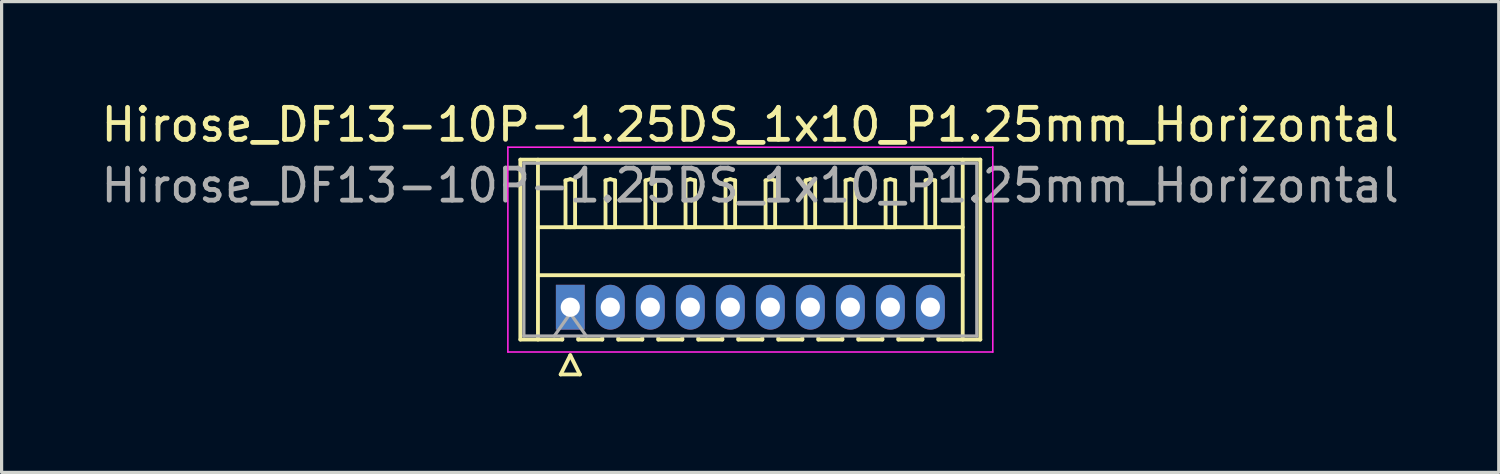
<source format=kicad_pcb>
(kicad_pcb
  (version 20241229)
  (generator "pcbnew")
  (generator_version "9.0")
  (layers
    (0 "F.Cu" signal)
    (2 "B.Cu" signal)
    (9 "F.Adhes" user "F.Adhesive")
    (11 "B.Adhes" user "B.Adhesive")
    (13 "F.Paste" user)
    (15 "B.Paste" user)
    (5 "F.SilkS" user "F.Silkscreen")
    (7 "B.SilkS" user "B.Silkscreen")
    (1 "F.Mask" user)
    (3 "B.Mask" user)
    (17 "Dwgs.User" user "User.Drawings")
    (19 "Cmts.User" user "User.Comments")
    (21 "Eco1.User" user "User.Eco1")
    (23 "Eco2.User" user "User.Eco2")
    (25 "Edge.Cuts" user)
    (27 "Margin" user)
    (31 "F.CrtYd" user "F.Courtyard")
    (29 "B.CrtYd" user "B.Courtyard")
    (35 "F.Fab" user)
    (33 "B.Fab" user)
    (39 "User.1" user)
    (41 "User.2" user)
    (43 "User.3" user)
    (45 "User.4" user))
  (footprint "Hirose_DF13-10P-1.25DS_1x10_P1.25mm_Horizontal"
    (layer "F.Cu")
    (at 14.767 6.548)
    (property "Reference" "Hirose_DF13-10P-1.25DS_1x10_P1.25mm_Horizontal" (at 5.62 -5.7 0) (layer "F.SilkS") (effects (font (size 1 1) (thickness 0.15))))
    (attr through_hole)
    (fp_line (start -1.56 -4.61) (end 12.81 -4.61) (stroke (width 0.12) (type solid)) (layer "F.SilkS"))
    (fp_line (start -1.56 1.01) (end -1.56 -4.61) (stroke (width 0.12) (type solid)) (layer "F.SilkS"))
    (fp_line (start -1.01 -4.61) (end -1.01 1.01) (stroke (width 0.12) (type solid)) (layer "F.SilkS"))
    (fp_line (start -1.01 -2.5) (end 12.26 -2.5) (stroke (width 0.12) (type solid)) (layer "F.SilkS"))
    (fp_line (start -1.01 -1) (end 12.26 -1) (stroke (width 0.12) (type solid)) (layer "F.SilkS"))
    (fp_line (start -0.3 2.1) (end 0.3 2.1) (stroke (width 0.12) (type solid)) (layer "F.SilkS"))
    (fp_line (start -0.25 0.96) (end -0.25 1.01) (stroke (width 0.12) (type solid)) (layer "F.SilkS"))
    (fp_line (start -0.25 1.01) (end -1.56 1.01) (stroke (width 0.12) (type solid)) (layer "F.SilkS"))
    (fp_line (start -0.15 -3.962) (end 0 -4) (stroke (width 0.12) (type solid)) (layer "F.SilkS"))
    (fp_line (start -0.15 -2.5) (end -0.15 -3.962) (stroke (width 0.12) (type solid)) (layer "F.SilkS"))
    (fp_line (start 0 -4) (end 0.15 -3.962) (stroke (width 0.12) (type solid)) (layer "F.SilkS"))
    (fp_line (start 0 -2.5) (end -0.15 -2.5) (stroke (width 0.12) (type solid)) (layer "F.SilkS"))
    (fp_line (start 0 1.5) (end -0.3 2.1) (stroke (width 0.12) (type solid)) (layer "F.SilkS"))
    (fp_line (start 0.15 -3.962) (end 0.15 -2.5) (stroke (width 0.12) (type solid)) (layer "F.SilkS"))
    (fp_line (start 0.15 -2.5) (end 0 -2.5) (stroke (width 0.12) (type solid)) (layer "F.SilkS"))
    (fp_line (start 0.25 0.96) (end 0.25 1.01) (stroke (width 0.12) (type solid)) (layer "F.SilkS"))
    (fp_line (start 0.25 1.01) (end 1 1.01) (stroke (width 0.12) (type solid)) (layer "F.SilkS"))
    (fp_line (start 0.3 2.1) (end 0 1.5) (stroke (width 0.12) (type solid)) (layer "F.SilkS"))
    (fp_line (start 1 1.01) (end 1 0.96) (stroke (width 0.12) (type solid)) (layer "F.SilkS"))
    (fp_line (start 1.1 -3.962) (end 1.25 -4) (stroke (width 0.12) (type solid)) (layer "F.SilkS"))
    (fp_line (start 1.1 -2.5) (end 1.1 -3.962) (stroke (width 0.12) (type solid)) (layer "F.SilkS"))
    (fp_line (start 1.25 -4) (end 1.4 -3.962) (stroke (width 0.12) (type solid)) (layer "F.SilkS"))
    (fp_line (start 1.25 -2.5) (end 1.1 -2.5) (stroke (width 0.12) (type solid)) (layer "F.SilkS"))
    (fp_line (start 1.4 -3.962) (end 1.4 -2.5) (stroke (width 0.12) (type solid)) (layer "F.SilkS"))
    (fp_line (start 1.4 -2.5) (end 1.25 -2.5) (stroke (width 0.12) (type solid)) (layer "F.SilkS"))
    (fp_line (start 1.5 0.96) (end 1.5 1.01) (stroke (width 0.12) (type solid)) (layer "F.SilkS"))
    (fp_line (start 1.5 1.01) (end 2.25 1.01) (stroke (width 0.12) (type solid)) (layer "F.SilkS"))
    (fp_line (start 2.25 1.01) (end 2.25 0.96) (stroke (width 0.12) (type solid)) (layer "F.SilkS"))
    (fp_line (start 2.35 -3.962) (end 2.5 -4) (stroke (width 0.12) (type solid)) (layer "F.SilkS"))
    (fp_line (start 2.35 -2.5) (end 2.35 -3.962) (stroke (width 0.12) (type solid)) (layer "F.SilkS"))
    (fp_line (start 2.5 -4) (end 2.65 -3.962) (stroke (width 0.12) (type solid)) (layer "F.SilkS"))
    (fp_line (start 2.5 -2.5) (end 2.35 -2.5) (stroke (width 0.12) (type solid)) (layer "F.SilkS"))
    (fp_line (start 2.65 -3.962) (end 2.65 -2.5) (stroke (width 0.12) (type solid)) (layer "F.SilkS"))
    (fp_line (start 2.65 -2.5) (end 2.5 -2.5) (stroke (width 0.12) (type solid)) (layer "F.SilkS"))
    (fp_line (start 2.75 0.96) (end 2.75 1.01) (stroke (width 0.12) (type solid)) (layer "F.SilkS"))
    (fp_line (start 2.75 1.01) (end 3.5 1.01) (stroke (width 0.12) (type solid)) (layer "F.SilkS"))
    (fp_line (start 3.5 1.01) (end 3.5 0.96) (stroke (width 0.12) (type solid)) (layer "F.SilkS"))
    (fp_line (start 3.6 -3.962) (end 3.75 -4) (stroke (width 0.12) (type solid)) (layer "F.SilkS"))
    (fp_line (start 3.6 -2.5) (end 3.6 -3.962) (stroke (width 0.12) (type solid)) (layer "F.SilkS"))
    (fp_line (start 3.75 -4) (end 3.9 -3.962) (stroke (width 0.12) (type solid)) (layer "F.SilkS"))
    (fp_line (start 3.75 -2.5) (end 3.6 -2.5) (stroke (width 0.12) (type solid)) (layer "F.SilkS"))
    (fp_line (start 3.9 -3.962) (end 3.9 -2.5) (stroke (width 0.12) (type solid)) (layer "F.SilkS"))
    (fp_line (start 3.9 -2.5) (end 3.75 -2.5) (stroke (width 0.12) (type solid)) (layer "F.SilkS"))
    (fp_line (start 4 0.96) (end 4 1.01) (stroke (width 0.12) (type solid)) (layer "F.SilkS"))
    (fp_line (start 4 1.01) (end 4.75 1.01) (stroke (width 0.12) (type solid)) (layer "F.SilkS"))
    (fp_line (start 4.75 1.01) (end 4.75 0.96) (stroke (width 0.12) (type solid)) (layer "F.SilkS"))
    (fp_line (start 4.85 -3.962) (end 5 -4) (stroke (width 0.12) (type solid)) (layer "F.SilkS"))
    (fp_line (start 4.85 -2.5) (end 4.85 -3.962) (stroke (width 0.12) (type solid)) (layer "F.SilkS"))
    (fp_line (start 5 -4) (end 5.15 -3.962) (stroke (width 0.12) (type solid)) (layer "F.SilkS"))
    (fp_line (start 5 -2.5) (end 4.85 -2.5) (stroke (width 0.12) (type solid)) (layer "F.SilkS"))
    (fp_line (start 5.15 -3.962) (end 5.15 -2.5) (stroke (width 0.12) (type solid)) (layer "F.SilkS"))
    (fp_line (start 5.15 -2.5) (end 5 -2.5) (stroke (width 0.12) (type solid)) (layer "F.SilkS"))
    (fp_line (start 5.25 0.96) (end 5.25 1.01) (stroke (width 0.12) (type solid)) (layer "F.SilkS"))
    (fp_line (start 5.25 1.01) (end 6 1.01) (stroke (width 0.12) (type solid)) (layer "F.SilkS"))
    (fp_line (start 6 1.01) (end 6 0.96) (stroke (width 0.12) (type solid)) (layer "F.SilkS"))
    (fp_line (start 6.1 -3.962) (end 6.25 -4) (stroke (width 0.12) (type solid)) (layer "F.SilkS"))
    (fp_line (start 6.1 -2.5) (end 6.1 -3.962) (stroke (width 0.12) (type solid)) (layer "F.SilkS"))
    (fp_line (start 6.25 -4) (end 6.4 -3.962) (stroke (width 0.12) (type solid)) (layer "F.SilkS"))
    (fp_line (start 6.25 -2.5) (end 6.1 -2.5) (stroke (width 0.12) (type solid)) (layer "F.SilkS"))
    (fp_line (start 6.4 -3.962) (end 6.4 -2.5) (stroke (width 0.12) (type solid)) (layer "F.SilkS"))
    (fp_line (start 6.4 -2.5) (end 6.25 -2.5) (stroke (width 0.12) (type solid)) (layer "F.SilkS"))
    (fp_line (start 6.5 0.96) (end 6.5 1.01) (stroke (width 0.12) (type solid)) (layer "F.SilkS"))
    (fp_line (start 6.5 1.01) (end 7.25 1.01) (stroke (width 0.12) (type solid)) (layer "F.SilkS"))
    (fp_line (start 7.25 1.01) (end 7.25 0.96) (stroke (width 0.12) (type solid)) (layer "F.SilkS"))
    (fp_line (start 7.35 -3.962) (end 7.5 -4) (stroke (width 0.12) (type solid)) (layer "F.SilkS"))
    (fp_line (start 7.35 -2.5) (end 7.35 -3.962) (stroke (width 0.12) (type solid)) (layer "F.SilkS"))
    (fp_line (start 7.5 -4) (end 7.65 -3.962) (stroke (width 0.12) (type solid)) (layer "F.SilkS"))
    (fp_line (start 7.5 -2.5) (end 7.35 -2.5) (stroke (width 0.12) (type solid)) (layer "F.SilkS"))
    (fp_line (start 7.65 -3.962) (end 7.65 -2.5) (stroke (width 0.12) (type solid)) (layer "F.SilkS"))
    (fp_line (start 7.65 -2.5) (end 7.5 -2.5) (stroke (width 0.12) (type solid)) (layer "F.SilkS"))
    (fp_line (start 7.75 0.96) (end 7.75 1.01) (stroke (width 0.12) (type solid)) (layer "F.SilkS"))
    (fp_line (start 7.75 1.01) (end 8.5 1.01) (stroke (width 0.12) (type solid)) (layer "F.SilkS"))
    (fp_line (start 8.5 1.01) (end 8.5 0.96) (stroke (width 0.12) (type solid)) (layer "F.SilkS"))
    (fp_line (start 8.6 -3.962) (end 8.75 -4) (stroke (width 0.12) (type solid)) (layer "F.SilkS"))
    (fp_line (start 8.6 -2.5) (end 8.6 -3.962) (stroke (width 0.12) (type solid)) (layer "F.SilkS"))
    (fp_line (start 8.75 -4) (end 8.9 -3.962) (stroke (width 0.12) (type solid)) (layer "F.SilkS"))
    (fp_line (start 8.75 -2.5) (end 8.6 -2.5) (stroke (width 0.12) (type solid)) (layer "F.SilkS"))
    (fp_line (start 8.9 -3.962) (end 8.9 -2.5) (stroke (width 0.12) (type solid)) (layer "F.SilkS"))
    (fp_line (start 8.9 -2.5) (end 8.75 -2.5) (stroke (width 0.12) (type solid)) (layer "F.SilkS"))
    (fp_line (start 9 0.96) (end 9 1.01) (stroke (width 0.12) (type solid)) (layer "F.SilkS"))
    (fp_line (start 9 1.01) (end 9.75 1.01) (stroke (width 0.12) (type solid)) (layer "F.SilkS"))
    (fp_line (start 9.75 1.01) (end 9.75 0.96) (stroke (width 0.12) (type solid)) (layer "F.SilkS"))
    (fp_line (start 9.85 -3.962) (end 10 -4) (stroke (width 0.12) (type solid)) (layer "F.SilkS"))
    (fp_line (start 9.85 -2.5) (end 9.85 -3.962) (stroke (width 0.12) (type solid)) (layer "F.SilkS"))
    (fp_line (start 10 -4) (end 10.15 -3.962) (stroke (width 0.12) (type solid)) (layer "F.SilkS"))
    (fp_line (start 10 -2.5) (end 9.85 -2.5) (stroke (width 0.12) (type solid)) (layer "F.SilkS"))
    (fp_line (start 10.15 -3.962) (end 10.15 -2.5) (stroke (width 0.12) (type solid)) (layer "F.SilkS"))
    (fp_line (start 10.15 -2.5) (end 10 -2.5) (stroke (width 0.12) (type solid)) (layer "F.SilkS"))
    (fp_line (start 10.25 0.96) (end 10.25 1.01) (stroke (width 0.12) (type solid)) (layer "F.SilkS"))
    (fp_line (start 10.25 1.01) (end 11 1.01) (stroke (width 0.12) (type solid)) (layer "F.SilkS"))
    (fp_line (start 11 1.01) (end 11 0.96) (stroke (width 0.12) (type solid)) (layer "F.SilkS"))
    (fp_line (start 11.1 -3.962) (end 11.25 -4) (stroke (width 0.12) (type solid)) (layer "F.SilkS"))
    (fp_line (start 11.1 -2.5) (end 11.1 -3.962) (stroke (width 0.12) (type solid)) (layer "F.SilkS"))
    (fp_line (start 11.25 -4) (end 11.4 -3.962) (stroke (width 0.12) (type solid)) (layer "F.SilkS"))
    (fp_line (start 11.25 -2.5) (end 11.1 -2.5) (stroke (width 0.12) (type solid)) (layer "F.SilkS"))
    (fp_line (start 11.4 -3.962) (end 11.4 -2.5) (stroke (width 0.12) (type solid)) (layer "F.SilkS"))
    (fp_line (start 11.4 -2.5) (end 11.25 -2.5) (stroke (width 0.12) (type solid)) (layer "F.SilkS"))
    (fp_line (start 11.5 1.01) (end 11.5 0.96) (stroke (width 0.12) (type solid)) (layer "F.SilkS"))
    (fp_line (start 12.26 -4.61) (end 12.26 1.01) (stroke (width 0.12) (type solid)) (layer "F.SilkS"))
    (fp_line (start 12.81 -4.61) (end 12.81 1.01) (stroke (width 0.12) (type solid)) (layer "F.SilkS"))
    (fp_line (start 12.81 1.01) (end 11.5 1.01) (stroke (width 0.12) (type solid)) (layer "F.SilkS"))
    (fp_line (start -1.95 -5) (end -1.95 1.4) (stroke (width 0.05) (type solid)) (layer "F.CrtYd"))
    (fp_line (start -1.95 1.4) (end 13.2 1.4) (stroke (width 0.05) (type solid)) (layer "F.CrtYd"))
    (fp_line (start 13.2 -5) (end -1.95 -5) (stroke (width 0.05) (type solid)) (layer "F.CrtYd"))
    (fp_line (start 13.2 1.4) (end 13.2 -5) (stroke (width 0.05) (type solid)) (layer "F.CrtYd"))
    (fp_line (start -1.45 -4.5) (end -1.45 0.9) (stroke (width 0.1) (type solid)) (layer "F.Fab"))
    (fp_line (start -1.45 0.9) (end 12.7 0.9) (stroke (width 0.1) (type solid)) (layer "F.Fab"))
    (fp_line (start -0.5 0.9) (end 0 0.193) (stroke (width 0.1) (type solid)) (layer "F.Fab"))
    (fp_line (start 0 0.193) (end 0.5 0.9) (stroke (width 0.1) (type solid)) (layer "F.Fab"))
    (fp_line (start 12.7 -4.5) (end -1.45 -4.5) (stroke (width 0.1) (type solid)) (layer "F.Fab"))
    (fp_line (start 12.7 0.9) (end 12.7 -4.5) (stroke (width 0.1) (type solid)) (layer "F.Fab"))
    (fp_text user "${REFERENCE}" (at 5.62 -3.8 0) (layer "F.Fab") (effects (font (size 1 1) (thickness 0.15))))
    (pad "1" thru_hole rect (at 0 0) (size 0.9 1.4) (drill 0.6) (layers "*.Cu" "*.Mask"))
    (pad "2" thru_hole oval (at 1.25 0) (size 0.9 1.4) (drill 0.6) (layers "*.Cu" "*.Mask"))
    (pad "3" thru_hole oval (at 2.5 0) (size 0.9 1.4) (drill 0.6) (layers "*.Cu" "*.Mask"))
    (pad "4" thru_hole oval (at 3.75 0) (size 0.9 1.4) (drill 0.6) (layers "*.Cu" "*.Mask"))
    (pad "5" thru_hole oval (at 5 0) (size 0.9 1.4) (drill 0.6) (layers "*.Cu" "*.Mask"))
    (pad "6" thru_hole oval (at 6.25 0) (size 0.9 1.4) (drill 0.6) (layers "*.Cu" "*.Mask"))
    (pad "7" thru_hole oval (at 7.5 0) (size 0.9 1.4) (drill 0.6) (layers "*.Cu" "*.Mask"))
    (pad "8" thru_hole oval (at 8.75 0) (size 0.9 1.4) (drill 0.6) (layers "*.Cu" "*.Mask"))
    (pad "9" thru_hole oval (at 10 0) (size 0.9 1.4) (drill 0.6) (layers "*.Cu" "*.Mask"))
    (pad "10" thru_hole oval (at 11.25 0) (size 0.9 1.4) (drill 0.6) (layers "*.Cu" "*.Mask")))
  (gr_rect
    (start -3 -3)
    (end 43.774 11.708)
    (stroke (width 0.1) (type default))
    (fill no)
    (layer "Edge.Cuts")))
</source>
